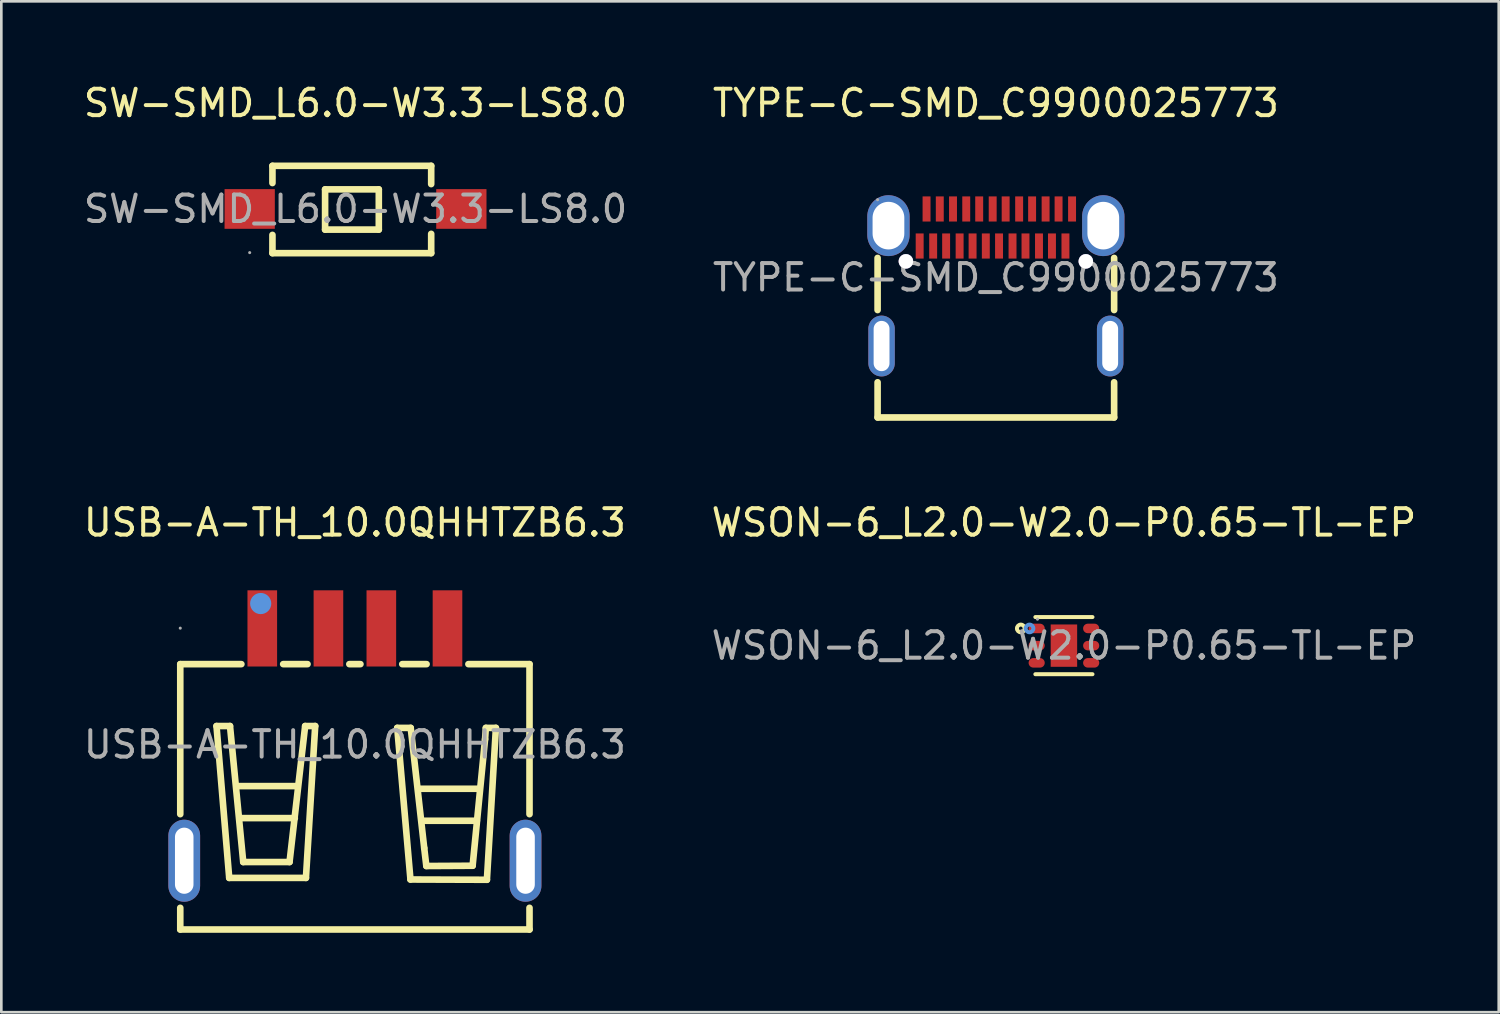
<source format=kicad_pcb>
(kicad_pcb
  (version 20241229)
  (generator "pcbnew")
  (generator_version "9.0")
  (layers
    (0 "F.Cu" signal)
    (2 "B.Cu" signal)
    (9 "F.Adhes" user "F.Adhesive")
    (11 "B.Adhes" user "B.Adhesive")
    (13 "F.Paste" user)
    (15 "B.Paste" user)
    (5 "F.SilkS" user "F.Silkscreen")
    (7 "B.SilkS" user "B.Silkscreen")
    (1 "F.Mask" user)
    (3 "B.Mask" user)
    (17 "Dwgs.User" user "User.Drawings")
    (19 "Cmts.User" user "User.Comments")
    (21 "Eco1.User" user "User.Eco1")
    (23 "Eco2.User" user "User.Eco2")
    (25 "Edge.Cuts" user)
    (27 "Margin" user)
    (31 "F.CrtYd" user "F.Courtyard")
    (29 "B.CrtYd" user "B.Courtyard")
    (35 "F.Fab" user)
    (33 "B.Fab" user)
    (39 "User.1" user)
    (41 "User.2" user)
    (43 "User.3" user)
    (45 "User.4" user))
  (footprint "USB-A-TH_10.0QHHTZB6.3"
    (layer "F.Cu")
    (at 10.363 25.091)
    (property "Reference" "USB-A-TH_10.0QHHTZB6.3" (at 0 -8.39 0) (layer "F.SilkS") (effects (font (size 1 1) (thickness 0.15))))
    (attr through_hole)
    (fp_line (start -6.6 -3.04) (end -6.6 2.63) (stroke (width 0.25) (type solid)) (layer "F.SilkS"))
    (fp_line (start -6.6 6.17) (end -6.6 6.99) (stroke (width 0.25) (type solid)) (layer "F.SilkS"))
    (fp_line (start -6.6 6.99) (end 6.6 6.99) (stroke (width 0.25) (type solid)) (layer "F.SilkS"))
    (fp_line (start -5.23 -0.7) (end -4.72 -0.7) (stroke (width 0.25) (type solid)) (layer "F.SilkS"))
    (fp_line (start -4.75 5.04) (end -5.23 -0.7) (stroke (width 0.25) (type solid)) (layer "F.SilkS"))
    (fp_line (start -4.72 -0.7) (end -4.22 4.44) (stroke (width 0.25) (type solid)) (layer "F.SilkS"))
    (fp_line (start -4.44 1.57) (end -2.18 1.57) (stroke (width 0.25) (type solid)) (layer "F.SilkS"))
    (fp_line (start -4.3 2.78) (end -2.27 2.78) (stroke (width 0.25) (type solid)) (layer "F.SilkS"))
    (fp_line (start -4.29 -3.04) (end -6.6 -3.04) (stroke (width 0.25) (type solid)) (layer "F.SilkS"))
    (fp_line (start -4.22 4.44) (end -2.47 4.44) (stroke (width 0.25) (type solid)) (layer "F.SilkS"))
    (fp_line (start -2.71 -3.04) (end -1.79 -3.04) (stroke (width 0.25) (type solid)) (layer "F.SilkS"))
    (fp_line (start -2.47 4.44) (end -1.88 -0.7) (stroke (width 0.25) (type solid)) (layer "F.SilkS"))
    (fp_line (start -1.88 -0.7) (end -1.5 -0.7) (stroke (width 0.25) (type solid)) (layer "F.SilkS"))
    (fp_line (start -1.85 5.04) (end -4.75 5.04) (stroke (width 0.25) (type solid)) (layer "F.SilkS"))
    (fp_line (start -1.5 -0.7) (end -1.85 5.04) (stroke (width 0.25) (type solid)) (layer "F.SilkS"))
    (fp_line (start -0.21 -3.04) (end 0.21 -3.04) (stroke (width 0.25) (type solid)) (layer "F.SilkS"))
    (fp_line (start 1.6 -0.63) (end 2.11 -0.63) (stroke (width 0.25) (type solid)) (layer "F.SilkS"))
    (fp_line (start 1.79 -3.04) (end 2.71 -3.04) (stroke (width 0.25) (type solid)) (layer "F.SilkS"))
    (fp_line (start 2.1 5.1) (end 1.6 -0.63) (stroke (width 0.25) (type solid)) (layer "F.SilkS"))
    (fp_line (start 2.11 -0.63) (end 2.62 3.91) (stroke (width 0.25) (type solid)) (layer "F.SilkS"))
    (fp_line (start 2.44 1.67) (end 4.7 1.67) (stroke (width 0.25) (type solid)) (layer "F.SilkS"))
    (fp_line (start 2.58 2.88) (end 4.61 2.88) (stroke (width 0.25) (type solid)) (layer "F.SilkS"))
    (fp_line (start 2.62 3.91) (end 2.7 4.59) (stroke (width 0.25) (type solid)) (layer "F.SilkS"))
    (fp_line (start 2.7 4.59) (end 4.45 4.58) (stroke (width 0.25) (type solid)) (layer "F.SilkS"))
    (fp_line (start 4.45 4.58) (end 4.92 -0.2) (stroke (width 0.25) (type solid)) (layer "F.SilkS"))
    (fp_line (start 4.92 -0.2) (end 4.95 -0.63) (stroke (width 0.25) (type solid)) (layer "F.SilkS"))
    (fp_line (start 4.95 -0.63) (end 5.33 -0.63) (stroke (width 0.25) (type solid)) (layer "F.SilkS"))
    (fp_line (start 4.99 5.11) (end 2.1 5.1) (stroke (width 0.25) (type solid)) (layer "F.SilkS"))
    (fp_line (start 5.33 -0.63) (end 4.99 5.11) (stroke (width 0.25) (type solid)) (layer "F.SilkS"))
    (fp_line (start 6.6 -3.04) (end 4.29 -3.04) (stroke (width 0.25) (type solid)) (layer "F.SilkS"))
    (fp_line (start 6.6 2.63) (end 6.6 -3.04) (stroke (width 0.25) (type solid)) (layer "F.SilkS"))
    (fp_line (start 6.6 6.99) (end 6.6 6.17) (stroke (width 0.25) (type solid)) (layer "F.SilkS"))
    (fp_circle (center -3.56 -5.33) (end -3.36 -5.33) (stroke (width 0.4) (type solid)) (fill no) (layer "Cmts.User"))
    (fp_circle (center -6.6 -4.4) (end -6.57 -4.4) (stroke (width 0.06) (type solid)) (fill no) (layer "F.Fab"))
    (fp_text user "${REFERENCE}" (at 0 0 0) (layer "F.Fab") (effects (font (size 1 1) (thickness 0.15))))
    (pad "1" smd rect (at -3.5 -4.39) (size 1.12 2.88) (layers "F.Cu" "F.Mask" "F.Paste"))
    (pad "2" smd rect (at -1 -4.39) (size 1.12 2.88) (layers "F.Cu" "F.Mask" "F.Paste"))
    (pad "3" smd rect (at 1 -4.39) (size 1.12 2.88) (layers "F.Cu" "F.Mask" "F.Paste"))
    (pad "4" smd rect (at 3.5 -4.39) (size 1.12 2.88) (layers "F.Cu" "F.Mask" "F.Paste"))
    (pad "5" thru_hole oval (at -6.45 4.39) (size 1.2 3.1) (drill oval 0.7 2.5) (layers "*.Cu" "*.Mask"))
    (pad "6" thru_hole oval (at 6.45 4.39) (size 1.2 3.1) (drill oval 0.7 2.5) (layers "*.Cu" "*.Mask")))
  (footprint "TYPE-C-SMD_C9900025773"
    (layer "F.Cu")
    (at 34.589 7.438)
    (property "Reference" "TYPE-C-SMD_C9900025773" (at 0 -6.59 0) (layer "F.SilkS") (effects (font (size 1 1) (thickness 0.15))))
    (attr smd)
    (fp_line (start -4.47 -0.74) (end -4.47 1.23) (stroke (width 0.25) (type solid)) (layer "F.SilkS"))
    (fp_line (start -4.47 3.96) (end -4.47 5.29) (stroke (width 0.25) (type solid)) (layer "F.SilkS"))
    (fp_line (start -4.47 5.29) (end 4.47 5.29) (stroke (width 0.25) (type solid)) (layer "F.SilkS"))
    (fp_line (start 4.47 1.23) (end 4.47 -0.74) (stroke (width 0.25) (type solid)) (layer "F.SilkS"))
    (fp_line (start 4.47 5.29) (end 4.47 3.96) (stroke (width 0.25) (type solid)) (layer "F.SilkS"))
    (fp_circle (center -3.4 -0.61) (end -3.28 -0.61) (stroke (width 0.23) (type solid)) (fill no) (layer "Cmts.User"))
    (fp_circle (center 3.4 -0.61) (end 3.52 -0.61) (stroke (width 0.23) (type solid)) (fill no) (layer "Cmts.User"))
    (fp_circle (center -4.47 -2.94) (end -4.44 -2.94) (stroke (width 0.06) (type solid)) (fill no) (layer "F.Fab"))
    (fp_text user "${REFERENCE}" (at 0 0 0) (layer "F.Fab") (effects (font (size 1 1) (thickness 0.15))))
    (pad "" thru_hole circle (at -3.4 -0.61) (size 0.55 0.55) (drill 0.55) (layers "*.Cu" "*.Mask"))
    (pad "" thru_hole circle (at 3.4 -0.61) (size 0.55 0.55) (drill 0.55) (layers "*.Cu" "*.Mask"))
    (pad "15" thru_hole oval (at -4.32 2.59) (size 1 2.3) (drill oval 0.6 1.9) (layers "*.Cu" "*.Mask"))
    (pad "16" thru_hole oval (at 4.32 2.59) (size 1 2.3) (drill oval 0.6 1.9) (layers "*.Cu" "*.Mask"))
    (pad "17" thru_hole oval (at 4.06 -1.96) (size 1.6 2.3) (drill oval 1.2 1.8) (layers "*.Cu" "*.Mask"))
    (pad "18" thru_hole oval (at -4.06 -1.96) (size 1.6 2.3) (drill oval 1.2 1.8) (layers "*.Cu" "*.Mask"))
    (pad "A1" smd rect (at -2.62 -2.59) (size 0.3 0.95) (layers "F.Cu" "F.Mask" "F.Paste"))
    (pad "A2" smd rect (at -2.12 -2.59) (size 0.3 0.95) (layers "F.Cu" "F.Mask" "F.Paste"))
    (pad "A3" smd rect (at -1.62 -2.59) (size 0.3 0.95) (layers "F.Cu" "F.Mask" "F.Paste"))
    (pad "A4" smd rect (at -1.12 -2.59) (size 0.3 0.95) (layers "F.Cu" "F.Mask" "F.Paste"))
    (pad "A5" smd rect (at -0.63 -2.59) (size 0.3 0.95) (layers "F.Cu" "F.Mask" "F.Paste"))
    (pad "A6" smd rect (at -0.12 -2.59) (size 0.3 0.95) (layers "F.Cu" "F.Mask" "F.Paste"))
    (pad "A7" smd rect (at 0.37 -2.59) (size 0.3 0.95) (layers "F.Cu" "F.Mask" "F.Paste"))
    (pad "A8" smd rect (at 0.88 -2.59) (size 0.3 0.95) (layers "F.Cu" "F.Mask" "F.Paste"))
    (pad "A9" smd rect (at 1.37 -2.59) (size 0.3 0.95) (layers "F.Cu" "F.Mask" "F.Paste"))
    (pad "A10" smd rect (at 1.88 -2.59) (size 0.3 0.95) (layers "F.Cu" "F.Mask" "F.Paste"))
    (pad "A11" smd rect (at 2.37 -2.59) (size 0.3 0.95) (layers "F.Cu" "F.Mask" "F.Paste"))
    (pad "A12" smd rect (at 2.88 -2.59) (size 0.3 0.95) (layers "F.Cu" "F.Mask" "F.Paste"))
    (pad "B1" smd rect (at 2.63 -1.19) (size 0.3 0.95) (layers "F.Cu" "F.Mask" "F.Paste"))
    (pad "B2" smd rect (at 2.12 -1.19) (size 0.3 0.95) (layers "F.Cu" "F.Mask" "F.Paste"))
    (pad "B3" smd rect (at 1.63 -1.19) (size 0.3 0.95) (layers "F.Cu" "F.Mask" "F.Paste"))
    (pad "B4" smd rect (at 1.12 -1.19) (size 0.3 0.95) (layers "F.Cu" "F.Mask" "F.Paste"))
    (pad "B5" smd rect (at 0.63 -1.19) (size 0.3 0.95) (layers "F.Cu" "F.Mask" "F.Paste"))
    (pad "B6" smd rect (at 0.12 -1.19) (size 0.3 0.95) (layers "F.Cu" "F.Mask" "F.Paste"))
    (pad "B7" smd rect (at -0.38 -1.19) (size 0.3 0.95) (layers "F.Cu" "F.Mask" "F.Paste"))
    (pad "B8" smd rect (at -0.88 -1.19) (size 0.3 0.95) (layers "F.Cu" "F.Mask" "F.Paste"))
    (pad "B9" smd rect (at -1.37 -1.19) (size 0.3 0.95) (layers "F.Cu" "F.Mask" "F.Paste"))
    (pad "B10" smd rect (at -1.88 -1.19) (size 0.3 0.95) (layers "F.Cu" "F.Mask" "F.Paste"))
    (pad "B11" smd rect (at -2.37 -1.19) (size 0.3 0.95) (layers "F.Cu" "F.Mask" "F.Paste"))
    (pad "B12" smd rect (at -2.88 -1.19) (size 0.3 0.95) (layers "F.Cu" "F.Mask" "F.Paste")))
  (footprint "SW-SMD_L6.0-W3.3-LS8.0"
    (layer "F.Cu")
    (at 10.387 4.848)
    (property "Reference" "SW-SMD_L6.0-W3.3-LS8.0" (at 0 -4 0) (layer "F.SilkS") (effects (font (size 1 1) (thickness 0.15))))
    (attr smd)
    (fp_line (start -3.14 -1.63) (end -3.14 -0.98) (stroke (width 0.25) (type solid)) (layer "F.SilkS"))
    (fp_line (start -3.14 -1.63) (end 2.86 -1.63) (stroke (width 0.25) (type solid)) (layer "F.SilkS"))
    (fp_line (start -3.14 0.98) (end -3.14 1.67) (stroke (width 0.25) (type solid)) (layer "F.SilkS"))
    (fp_line (start -1.15 -0.74) (end 0.88 -0.74) (stroke (width 0.25) (type solid)) (layer "F.SilkS"))
    (fp_line (start -1.15 0.78) (end -1.15 -0.74) (stroke (width 0.25) (type solid)) (layer "F.SilkS"))
    (fp_line (start 0.88 -0.74) (end 0.88 0.78) (stroke (width 0.25) (type solid)) (layer "F.SilkS"))
    (fp_line (start 0.88 0.78) (end -1.15 0.78) (stroke (width 0.25) (type solid)) (layer "F.SilkS"))
    (fp_line (start 2.86 -0.94) (end 2.86 -1.63) (stroke (width 0.25) (type solid)) (layer "F.SilkS"))
    (fp_line (start 2.86 1.67) (end -3.14 1.67) (stroke (width 0.25) (type solid)) (layer "F.SilkS"))
    (fp_line (start 2.86 1.67) (end 2.86 0.94) (stroke (width 0.25) (type solid)) (layer "F.SilkS"))
    (fp_circle (center -4 1.65) (end -3.97 1.65) (stroke (width 0.06) (type solid)) (fill no) (layer "F.Fab"))
    (fp_text user "${REFERENCE}" (at 0 0 0) (layer "F.Fab") (effects (font (size 1 1) (thickness 0.15))))
    (pad "1" smd rect (at -4 0) (size 1.9 1.5) (layers "F.Cu" "F.Mask" "F.Paste"))
    (pad "2" smd rect (at 4 0) (size 1.9 1.5) (layers "F.Cu" "F.Mask" "F.Paste")))
  (footprint "WSON-6_L2.0-W2.0-P0.65-TL-EP"
    (layer "F.Cu")
    (at 37.161 21.352)
    (property "Reference" "WSON-6_L2.0-W2.0-P0.65-TL-EP" (at 0 -4.65 0) (layer "F.SilkS") (effects (font (size 1 1) (thickness 0.15))))
    (attr smd)
    (fp_line (start -1.08 -1.08) (end 1.08 -1.08) (stroke (width 0.15) (type solid)) (layer "F.SilkS"))
    (fp_line (start -1.08 1.08) (end 1.08 1.08) (stroke (width 0.15) (type solid)) (layer "F.SilkS"))
    (fp_circle (center -1.63 -0.65) (end -1.56 -0.65) (stroke (width 0.15) (type solid)) (fill no) (layer "F.SilkS"))
    (fp_circle (center -1.3 -0.65) (end -1.23 -0.65) (stroke (width 0.15) (type solid)) (fill no) (layer "Cmts.User"))
    (fp_circle (center -1 -1) (end -0.97 -1) (stroke (width 0.06) (type solid)) (fill no) (layer "F.Fab"))
    (fp_text user "${REFERENCE}" (at 0 0 0) (layer "F.Fab") (effects (font (size 1 1) (thickness 0.15))))
    (pad "1" smd oval (at -1.03 -0.65 270) (size 0.36 0.61) (layers "F.Cu" "F.Mask" "F.Paste"))
    (pad "2" smd oval (at -1.03 0 270) (size 0.36 0.61) (layers "F.Cu" "F.Mask" "F.Paste"))
    (pad "3" smd oval (at -1.03 0.65 270) (size 0.36 0.61) (layers "F.Cu" "F.Mask" "F.Paste"))
    (pad "4" smd oval (at 1.03 0.65 270) (size 0.36 0.61) (layers "F.Cu" "F.Mask" "F.Paste"))
    (pad "5" smd oval (at 1.03 0 270) (size 0.36 0.61) (layers "F.Cu" "F.Mask" "F.Paste"))
    (pad "6" smd oval (at 1.03 -0.65 270) (size 0.36 0.61) (layers "F.Cu" "F.Mask" "F.Paste"))
    (pad "7" smd rect (at 0 0) (size 1 1.6) (layers "F.Cu" "F.Mask" "F.Paste")))
  (gr_rect
    (start -3 -3)
    (end 53.595 35.206)
    (stroke (width 0.1) (type default))
    (fill no)
    (layer "Edge.Cuts")))
</source>
